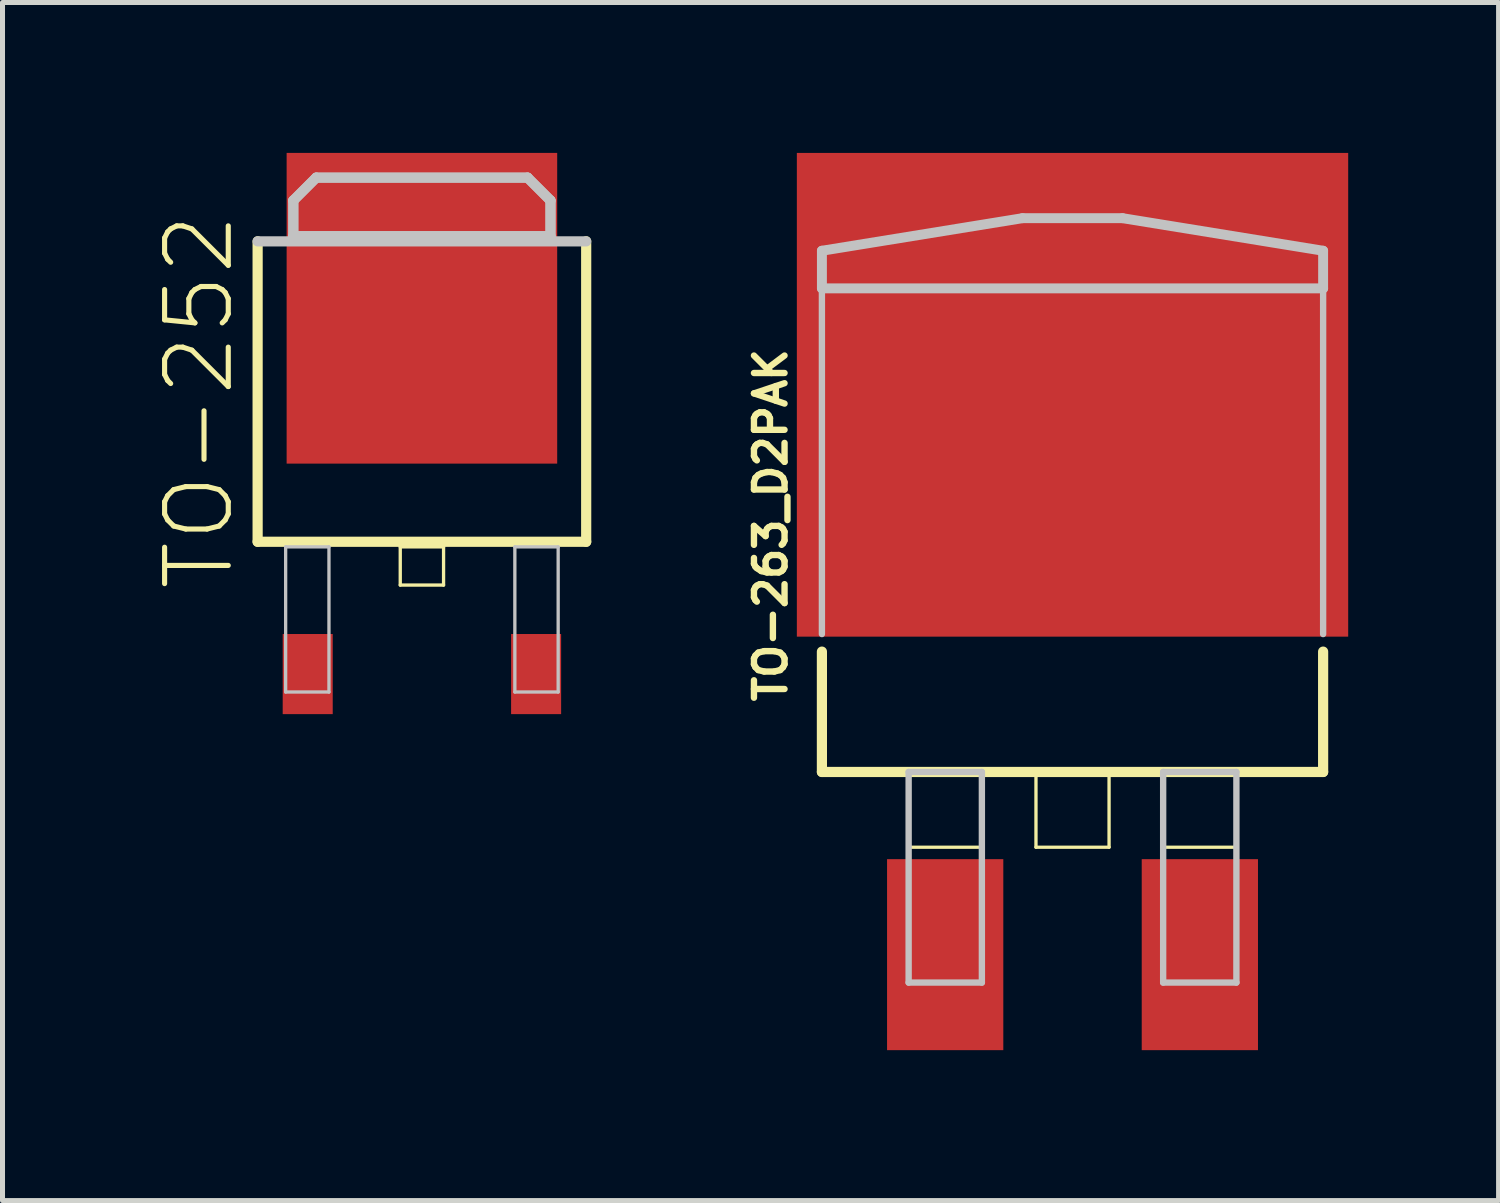
<source format=kicad_pcb>
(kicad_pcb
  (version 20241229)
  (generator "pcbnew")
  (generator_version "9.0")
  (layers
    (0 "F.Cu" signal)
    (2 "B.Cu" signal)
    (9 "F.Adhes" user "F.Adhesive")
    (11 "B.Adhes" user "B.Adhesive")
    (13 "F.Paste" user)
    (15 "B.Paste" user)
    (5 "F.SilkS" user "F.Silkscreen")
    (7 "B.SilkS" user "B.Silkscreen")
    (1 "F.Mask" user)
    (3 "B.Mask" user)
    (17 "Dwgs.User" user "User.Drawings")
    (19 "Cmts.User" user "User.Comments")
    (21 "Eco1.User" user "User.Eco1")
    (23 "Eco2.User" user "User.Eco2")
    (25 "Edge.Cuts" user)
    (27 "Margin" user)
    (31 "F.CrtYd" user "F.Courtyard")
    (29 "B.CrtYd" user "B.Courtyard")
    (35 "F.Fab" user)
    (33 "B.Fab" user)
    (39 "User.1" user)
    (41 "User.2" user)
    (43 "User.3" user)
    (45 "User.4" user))
  (footprint "TO-252"
    (layer "F.Cu")
    (at 5.366 5.598)
    (property "Reference" "TO-252" (at -4.445 -0.635 90) (layer "F.SilkS") (effects (font (size 1.27 1.27) (thickness 0.102))))
    (attr smd)
    (fp_line (start -3.277 2.159) (end -3.277 -3.835) (stroke (width 0.203) (type solid)) (layer "F.SilkS"))
    (fp_line (start -0.432 2.261) (end 0.432 2.261) (stroke (width 0.066) (type solid)) (layer "F.SilkS"))
    (fp_line (start -0.432 3.023) (end -0.432 2.261) (stroke (width 0.066) (type solid)) (layer "F.SilkS"))
    (fp_line (start -0.432 3.023) (end 0.432 3.023) (stroke (width 0.066) (type solid)) (layer "F.SilkS"))
    (fp_line (start 0.432 3.023) (end 0.432 2.261) (stroke (width 0.066) (type solid)) (layer "F.SilkS"))
    (fp_line (start 3.277 -3.835) (end 3.277 2.159) (stroke (width 0.203) (type solid)) (layer "F.SilkS"))
    (fp_line (start 3.277 2.159) (end -3.277 2.159) (stroke (width 0.203) (type solid)) (layer "F.SilkS"))
    (fp_line (start -3.277 -3.833) (end 3.277 -3.833) (stroke (width 0.203) (type solid)) (layer "Dwgs.User"))
    (fp_line (start -2.718 2.261) (end -1.854 2.261) (stroke (width 0.066) (type solid)) (layer "Dwgs.User"))
    (fp_line (start -2.718 5.156) (end -2.718 2.261) (stroke (width 0.066) (type solid)) (layer "Dwgs.User"))
    (fp_line (start -2.718 5.156) (end -1.854 5.156) (stroke (width 0.066) (type solid)) (layer "Dwgs.User"))
    (fp_line (start -2.565 -4.648) (end -2.108 -5.105) (stroke (width 0.198) (type solid)) (layer "Dwgs.User"))
    (fp_line (start -2.565 -4.648) (end -2.108 -5.105) (stroke (width 0.203) (type solid)) (layer "Dwgs.User"))
    (fp_line (start -2.565 -3.937) (end -2.565 -4.648) (stroke (width 0.198) (type solid)) (layer "Dwgs.User"))
    (fp_line (start -2.565 -3.937) (end -2.565 -4.648) (stroke (width 0.203) (type solid)) (layer "Dwgs.User"))
    (fp_line (start -2.108 -5.105) (end 2.108 -5.105) (stroke (width 0.198) (type solid)) (layer "Dwgs.User"))
    (fp_line (start -2.108 -5.105) (end 2.108 -5.105) (stroke (width 0.203) (type solid)) (layer "Dwgs.User"))
    (fp_line (start -1.854 5.156) (end -1.854 2.261) (stroke (width 0.066) (type solid)) (layer "Dwgs.User"))
    (fp_line (start 1.854 2.261) (end 2.718 2.261) (stroke (width 0.066) (type solid)) (layer "Dwgs.User"))
    (fp_line (start 1.854 5.156) (end 1.854 2.261) (stroke (width 0.066) (type solid)) (layer "Dwgs.User"))
    (fp_line (start 1.854 5.156) (end 2.718 5.156) (stroke (width 0.066) (type solid)) (layer "Dwgs.User"))
    (fp_line (start 2.108 -5.105) (end 2.565 -4.648) (stroke (width 0.198) (type solid)) (layer "Dwgs.User"))
    (fp_line (start 2.108 -5.105) (end 2.565 -4.648) (stroke (width 0.203) (type solid)) (layer "Dwgs.User"))
    (fp_line (start 2.565 -4.648) (end 2.565 -3.937) (stroke (width 0.198) (type solid)) (layer "Dwgs.User"))
    (fp_line (start 2.565 -4.648) (end 2.565 -3.937) (stroke (width 0.203) (type solid)) (layer "Dwgs.User"))
    (fp_line (start 2.565 -3.937) (end -2.565 -3.937) (stroke (width 0.198) (type solid)) (layer "Dwgs.User"))
    (fp_line (start 2.565 -3.937) (end -2.565 -3.937) (stroke (width 0.203) (type solid)) (layer "Dwgs.User"))
    (fp_line (start 2.718 5.156) (end 2.718 2.261) (stroke (width 0.066) (type solid)) (layer "Dwgs.User"))
    (pad "1" smd rect (at -2.278 4.798) (size 0.998 1.598) (layers "F.Cu" "F.Mask" "F.Paste"))
    (pad "2" smd rect (at 2.278 4.798) (size 0.998 1.598) (layers "F.Cu" "F.Mask" "F.Paste"))
    (pad "3" smd rect (at 0 -2.499) (size 5.397 6.198) (layers "F.Cu" "F.Mask" "F.Paste")))
  (footprint "TO-263_D2PAK"
    (layer "F.Cu")
    (at 18.344 8.95)
    (property "Reference" "TO-263_D2PAK" (at -6.02 -1.524 90) (layer "F.SilkS") (effects (font (size 0.61 0.61) (thickness 0.127))))
    (attr smd)
    (fp_line (start -4.999 3.399) (end -4.999 0.998) (stroke (width 0.203) (type solid)) (layer "F.SilkS"))
    (fp_line (start -3.269 3.399) (end -1.808 3.399) (stroke (width 0.066) (type solid)) (layer "F.SilkS"))
    (fp_line (start -3.269 4.9) (end -3.269 3.399) (stroke (width 0.066) (type solid)) (layer "F.SilkS"))
    (fp_line (start -3.269 4.9) (end -1.808 4.9) (stroke (width 0.066) (type solid)) (layer "F.SilkS"))
    (fp_line (start -1.808 4.9) (end -1.808 3.399) (stroke (width 0.066) (type solid)) (layer "F.SilkS"))
    (fp_line (start -0.729 3.399) (end 0.729 3.399) (stroke (width 0.066) (type solid)) (layer "F.SilkS"))
    (fp_line (start -0.729 4.9) (end -0.729 3.399) (stroke (width 0.066) (type solid)) (layer "F.SilkS"))
    (fp_line (start -0.729 4.9) (end 0.729 4.9) (stroke (width 0.066) (type solid)) (layer "F.SilkS"))
    (fp_line (start 0.729 4.9) (end 0.729 3.399) (stroke (width 0.066) (type solid)) (layer "F.SilkS"))
    (fp_line (start 1.808 3.399) (end 3.269 3.399) (stroke (width 0.066) (type solid)) (layer "F.SilkS"))
    (fp_line (start 1.808 4.9) (end 1.808 3.399) (stroke (width 0.066) (type solid)) (layer "F.SilkS"))
    (fp_line (start 1.808 4.9) (end 3.269 4.9) (stroke (width 0.066) (type solid)) (layer "F.SilkS"))
    (fp_line (start 3.269 4.9) (end 3.269 3.399) (stroke (width 0.066) (type solid)) (layer "F.SilkS"))
    (fp_line (start 4.999 0.998) (end 4.999 3.399) (stroke (width 0.203) (type solid)) (layer "F.SilkS"))
    (fp_line (start 4.999 3.399) (end -4.999 3.399) (stroke (width 0.203) (type solid)) (layer "F.SilkS"))
    (fp_line (start -4.999 -6.998) (end -0.998 -7.648) (stroke (width 0.198) (type solid)) (layer "Dwgs.User"))
    (fp_line (start -4.999 -6.248) (end -4.999 -6.998) (stroke (width 0.198) (type solid)) (layer "Dwgs.User"))
    (fp_line (start -4.999 -6.248) (end -4.999 0.648) (stroke (width 0.127) (type solid)) (layer "Dwgs.User"))
    (fp_line (start -3.269 3.399) (end -1.808 3.399) (stroke (width 0.066) (type solid)) (layer "Dwgs.User"))
    (fp_line (start -3.269 3.399) (end -1.808 3.399) (stroke (width 0.127) (type solid)) (layer "Dwgs.User"))
    (fp_line (start -3.269 7.6) (end -3.269 3.399) (stroke (width 0.066) (type solid)) (layer "Dwgs.User"))
    (fp_line (start -3.269 7.6) (end -3.269 3.399) (stroke (width 0.127) (type solid)) (layer "Dwgs.User"))
    (fp_line (start -3.269 7.6) (end -1.808 7.6) (stroke (width 0.066) (type solid)) (layer "Dwgs.User"))
    (fp_line (start -1.808 3.399) (end -1.808 7.6) (stroke (width 0.127) (type solid)) (layer "Dwgs.User"))
    (fp_line (start -1.808 7.6) (end -3.269 7.6) (stroke (width 0.127) (type solid)) (layer "Dwgs.User"))
    (fp_line (start -1.808 7.6) (end -1.808 3.399) (stroke (width 0.066) (type solid)) (layer "Dwgs.User"))
    (fp_line (start -0.998 -7.648) (end 0.998 -7.648) (stroke (width 0.198) (type solid)) (layer "Dwgs.User"))
    (fp_line (start 0.998 -7.648) (end 4.999 -6.998) (stroke (width 0.198) (type solid)) (layer "Dwgs.User"))
    (fp_line (start 1.808 3.399) (end 1.808 7.6) (stroke (width 0.127) (type solid)) (layer "Dwgs.User"))
    (fp_line (start 1.808 3.399) (end 3.269 3.399) (stroke (width 0.066) (type solid)) (layer "Dwgs.User"))
    (fp_line (start 1.808 7.6) (end 1.808 3.399) (stroke (width 0.066) (type solid)) (layer "Dwgs.User"))
    (fp_line (start 1.808 7.6) (end 3.269 7.6) (stroke (width 0.066) (type solid)) (layer "Dwgs.User"))
    (fp_line (start 1.808 7.6) (end 3.269 7.6) (stroke (width 0.127) (type solid)) (layer "Dwgs.User"))
    (fp_line (start 3.269 3.399) (end 1.808 3.399) (stroke (width 0.127) (type solid)) (layer "Dwgs.User"))
    (fp_line (start 3.269 7.6) (end 3.269 3.399) (stroke (width 0.066) (type solid)) (layer "Dwgs.User"))
    (fp_line (start 3.269 7.6) (end 3.269 3.399) (stroke (width 0.127) (type solid)) (layer "Dwgs.User"))
    (fp_line (start 4.999 -6.998) (end 4.999 -6.248) (stroke (width 0.198) (type solid)) (layer "Dwgs.User"))
    (fp_line (start 4.999 -6.248) (end -4.999 -6.248) (stroke (width 0.198) (type solid)) (layer "Dwgs.User"))
    (fp_line (start 4.999 0.648) (end 4.999 -6.248) (stroke (width 0.127) (type solid)) (layer "Dwgs.User"))
    (pad "1" smd rect (at -2.54 7.043) (size 2.319 3.81) (layers "F.Cu" "F.Mask" "F.Paste"))
    (pad "2" smd rect (at 0 -4.125) (size 10.998 9.649) (layers "F.Cu" "F.Mask" "F.Paste"))
    (pad "3" smd rect (at 2.54 7.043) (size 2.319 3.81) (layers "F.Cu" "F.Mask" "F.Paste")))
  (gr_rect
    (start -3 -3)
    (end 26.843 20.898)
    (stroke (width 0.1) (type default))
    (fill no)
    (layer "Edge.Cuts")))
</source>
